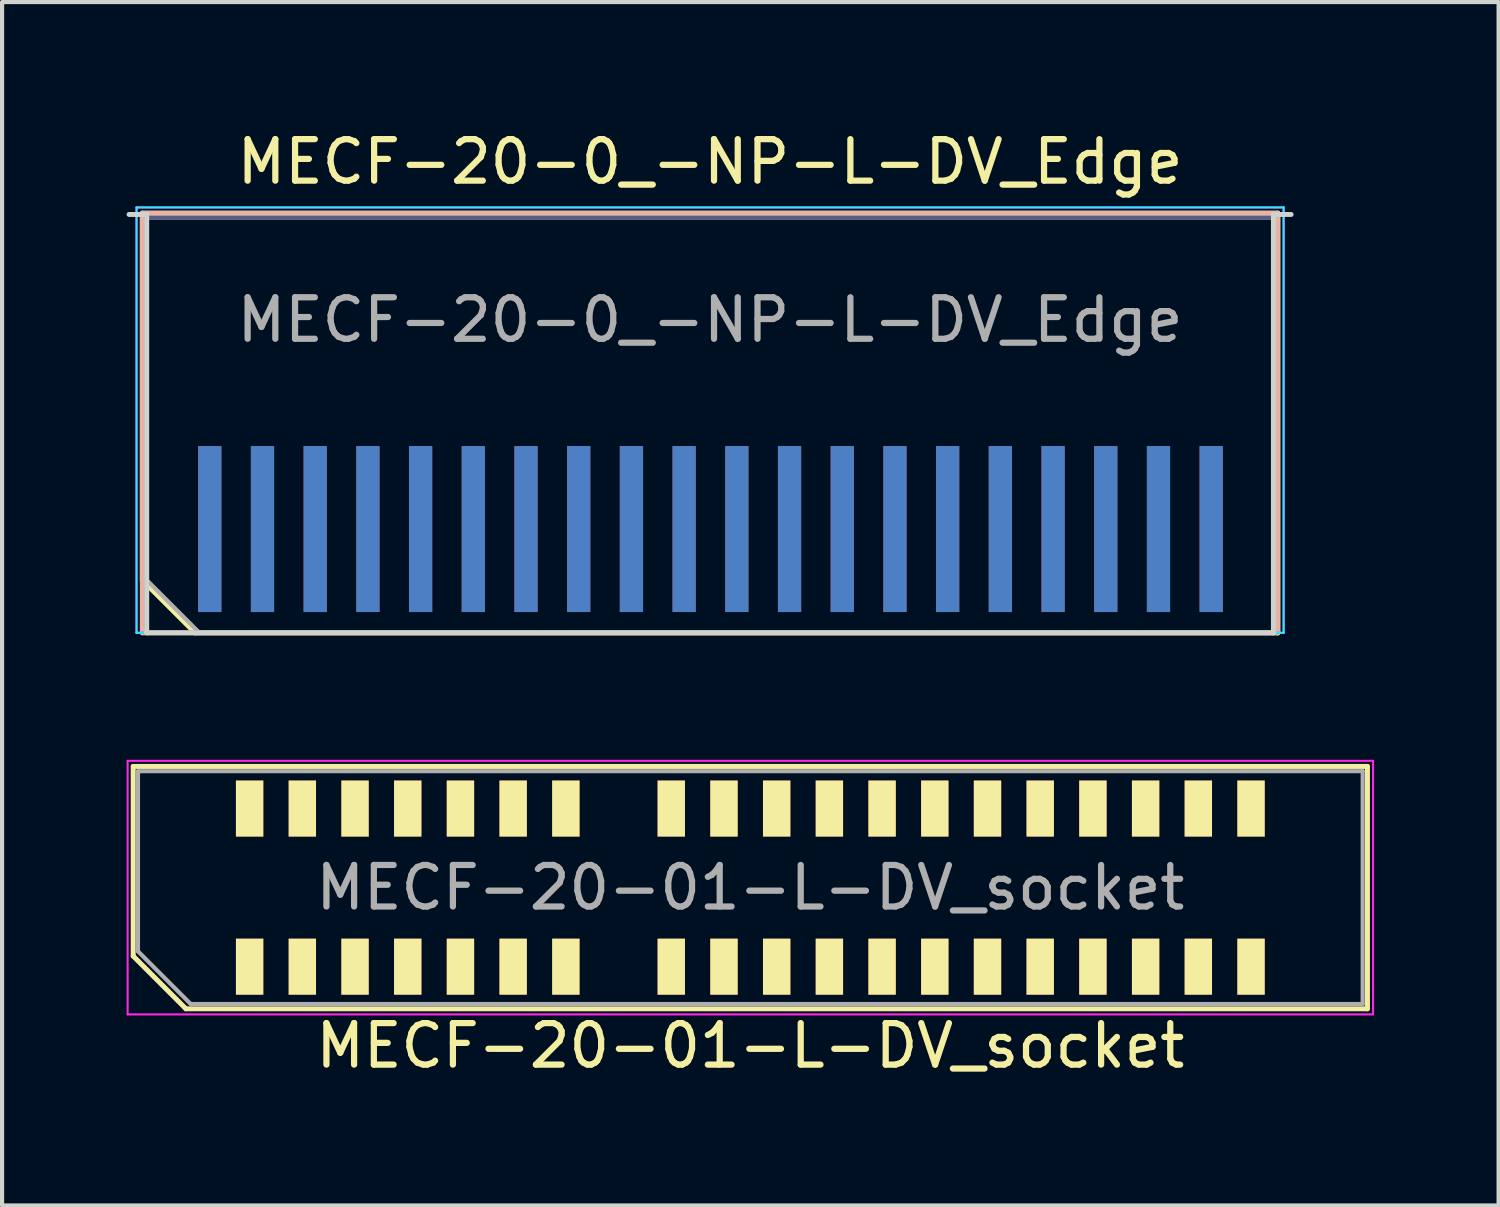
<source format=kicad_pcb>
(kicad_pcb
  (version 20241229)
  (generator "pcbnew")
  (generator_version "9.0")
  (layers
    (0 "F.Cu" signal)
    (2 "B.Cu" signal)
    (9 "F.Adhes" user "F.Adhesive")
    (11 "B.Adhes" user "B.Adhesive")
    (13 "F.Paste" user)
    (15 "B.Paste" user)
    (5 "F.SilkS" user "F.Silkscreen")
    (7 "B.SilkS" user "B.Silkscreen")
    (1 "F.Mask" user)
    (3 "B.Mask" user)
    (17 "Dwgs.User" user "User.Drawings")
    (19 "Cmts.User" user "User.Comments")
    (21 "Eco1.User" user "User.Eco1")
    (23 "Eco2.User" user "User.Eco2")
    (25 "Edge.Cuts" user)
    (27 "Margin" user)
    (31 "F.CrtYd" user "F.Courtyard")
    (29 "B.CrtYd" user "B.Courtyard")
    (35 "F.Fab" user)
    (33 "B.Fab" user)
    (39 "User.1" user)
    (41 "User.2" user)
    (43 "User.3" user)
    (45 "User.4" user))
  (footprint "MECF-20-01-L-DV_socket"
    (layer "F.Cu")
    (at 15.03 18.338)
    (property "Reference" "MECF-20-01-L-DV_socket" (at 0 3.81 0) (layer "F.SilkS") (effects (font (size 1 1) (thickness 0.15))))
    (attr through_hole)
    (fp_line (start -14.87 -2.92) (end 14.87 -2.92) (stroke (width 0.12) (type solid)) (layer "F.SilkS"))
    (fp_line (start -14.87 1.65) (end -14.87 -2.92) (stroke (width 0.12) (type solid)) (layer "F.SilkS"))
    (fp_line (start -13.6 2.92) (end -14.87 1.65) (stroke (width 0.12) (type solid)) (layer "F.SilkS"))
    (fp_line (start -13.6 2.92) (end 14.87 2.92) (stroke (width 0.12) (type solid)) (layer "F.SilkS"))
    (fp_line (start 14.87 2.92) (end 14.87 -2.92) (stroke (width 0.12) (type solid)) (layer "F.SilkS"))
    (fp_line (start -15.005 -3.055) (end -15.005 3.055) (stroke (width 0.05) (type solid)) (layer "F.CrtYd"))
    (fp_line (start -15.005 3.055) (end 15.005 3.055) (stroke (width 0.05) (type solid)) (layer "F.CrtYd"))
    (fp_line (start 15.005 -3.055) (end -15.005 -3.055) (stroke (width 0.05) (type solid)) (layer "F.CrtYd"))
    (fp_line (start 15.005 3.055) (end 15.005 -3.055) (stroke (width 0.05) (type solid)) (layer "F.CrtYd"))
    (fp_line (start -14.755 -2.805) (end 14.755 -2.805) (stroke (width 0.1) (type solid)) (layer "F.Fab"))
    (fp_line (start -14.755 1.535) (end -14.755 -2.805) (stroke (width 0.1) (type solid)) (layer "F.Fab"))
    (fp_line (start -14.755 1.535) (end -13.485 2.805) (stroke (width 0.1) (type solid)) (layer "F.Fab"))
    (fp_line (start -13.485 2.805) (end 14.755 2.805) (stroke (width 0.1) (type solid)) (layer "F.Fab"))
    (fp_line (start 14.755 2.805) (end 14.755 -2.805) (stroke (width 0.1) (type solid)) (layer "F.Fab"))
    (fp_text user "${REFERENCE}" (at 0 0 0) (layer "F.Fab") (effects (font (size 1 1) (thickness 0.15))))
    (pad "" np_thru_hole circle (at -13.845 0) (size 0.001 0.001) (drill 1.45) (layers "*.Cu" "*.Mask" "F.SilkS"))
    (pad "" np_thru_hole circle (at 13.845 1) (size 0.001 0.001) (drill 1.45) (layers "*.Cu" "*.Mask" "F.SilkS"))
    (pad "1" smd rect (at -12.065 1.905) (size 0.66 1.35) (layers "F.Cu" "F.Mask" "F.SilkS"))
    (pad "2" smd rect (at -12.065 -1.905) (size 0.66 1.35) (layers "F.Cu" "F.Mask" "F.SilkS"))
    (pad "3" smd rect (at -10.795 1.905) (size 0.66 1.35) (layers "F.Cu" "F.Mask" "F.SilkS"))
    (pad "4" smd rect (at -10.795 -1.905) (size 0.66 1.35) (layers "F.Cu" "F.Mask" "F.SilkS"))
    (pad "5" smd rect (at -9.525 1.905) (size 0.66 1.35) (layers "F.Cu" "F.Mask" "F.SilkS"))
    (pad "6" smd rect (at -9.525 -1.905) (size 0.66 1.35) (layers "F.Cu" "F.Mask" "F.SilkS"))
    (pad "7" smd rect (at -8.255 1.905) (size 0.66 1.35) (layers "F.Cu" "F.Mask" "F.SilkS"))
    (pad "8" smd rect (at -8.255 -1.905) (size 0.66 1.35) (layers "F.Cu" "F.Mask" "F.SilkS"))
    (pad "9" smd rect (at -6.985 1.905) (size 0.66 1.35) (layers "F.Cu" "F.Mask" "F.SilkS"))
    (pad "10" smd rect (at -6.985 -1.905) (size 0.66 1.35) (layers "F.Cu" "F.Mask" "F.SilkS"))
    (pad "11" smd rect (at -5.715 1.905) (size 0.66 1.35) (layers "F.Cu" "F.Mask" "F.SilkS"))
    (pad "12" smd rect (at -5.715 -1.905) (size 0.66 1.35) (layers "F.Cu" "F.Mask" "F.SilkS"))
    (pad "13" smd rect (at -4.445 1.905) (size 0.66 1.35) (layers "F.Cu" "F.Mask" "F.SilkS"))
    (pad "14" smd rect (at -4.445 -1.905) (size 0.66 1.35) (layers "F.Cu" "F.Mask" "F.SilkS"))
    (pad "17" smd rect (at -1.905 1.905) (size 0.66 1.35) (layers "F.Cu" "F.Mask" "F.SilkS"))
    (pad "18" smd rect (at -1.905 -1.905) (size 0.66 1.35) (layers "F.Cu" "F.Mask" "F.SilkS"))
    (pad "19" smd rect (at -0.635 1.905) (size 0.66 1.35) (layers "F.Cu" "F.Mask" "F.SilkS"))
    (pad "20" smd rect (at -0.635 -1.905) (size 0.66 1.35) (layers "F.Cu" "F.Mask" "F.SilkS"))
    (pad "21" smd rect (at 0.635 1.905) (size 0.66 1.35) (layers "F.Cu" "F.Mask" "F.SilkS"))
    (pad "22" smd rect (at 0.635 -1.905) (size 0.66 1.35) (layers "F.Cu" "F.Mask" "F.SilkS"))
    (pad "23" smd rect (at 1.905 1.905) (size 0.66 1.35) (layers "F.Cu" "F.Mask" "F.SilkS"))
    (pad "24" smd rect (at 1.905 -1.905) (size 0.66 1.35) (layers "F.Cu" "F.Mask" "F.SilkS"))
    (pad "25" smd rect (at 3.175 1.905) (size 0.66 1.35) (layers "F.Cu" "F.Mask" "F.SilkS"))
    (pad "26" smd rect (at 3.175 -1.905) (size 0.66 1.35) (layers "F.Cu" "F.Mask" "F.SilkS"))
    (pad "27" smd rect (at 4.445 1.905) (size 0.66 1.35) (layers "F.Cu" "F.Mask" "F.SilkS"))
    (pad "28" smd rect (at 4.445 -1.905) (size 0.66 1.35) (layers "F.Cu" "F.Mask" "F.SilkS"))
    (pad "29" smd rect (at 5.715 1.905) (size 0.66 1.35) (layers "F.Cu" "F.Mask" "F.SilkS"))
    (pad "30" smd rect (at 5.715 -1.905) (size 0.66 1.35) (layers "F.Cu" "F.Mask" "F.SilkS"))
    (pad "31" smd rect (at 6.985 1.905) (size 0.66 1.35) (layers "F.Cu" "F.Mask" "F.SilkS"))
    (pad "32" smd rect (at 6.985 -1.905) (size 0.66 1.35) (layers "F.Cu" "F.Mask" "F.SilkS"))
    (pad "33" smd rect (at 8.255 1.905) (size 0.66 1.35) (layers "F.Cu" "F.Mask" "F.SilkS"))
    (pad "34" smd rect (at 8.255 -1.905) (size 0.66 1.35) (layers "F.Cu" "F.Mask" "F.SilkS"))
    (pad "35" smd rect (at 9.525 1.905) (size 0.66 1.35) (layers "F.Cu" "F.Mask" "F.SilkS"))
    (pad "36" smd rect (at 9.525 -1.905) (size 0.66 1.35) (layers "F.Cu" "F.Mask" "F.SilkS"))
    (pad "37" smd rect (at 10.795 1.905) (size 0.66 1.35) (layers "F.Cu" "F.Mask" "F.SilkS"))
    (pad "38" smd rect (at 10.795 -1.905) (size 0.66 1.35) (layers "F.Cu" "F.Mask" "F.SilkS"))
    (pad "39" smd rect (at 12.065 1.905) (size 0.66 1.35) (layers "F.Cu" "F.Mask" "F.SilkS"))
    (pad "40" smd rect (at 12.065 -1.905) (size 0.66 1.35) (layers "F.Cu" "F.Mask" "F.SilkS")))
  (footprint "MECF-20-0_-NP-L-DV_Edge"
    (layer "F.Cu")
    (at 14.06 7.198)
    (property "Reference" "MECF-20-0_-NP-L-DV_Edge" (at 0 -6.35 0) (layer "F.SilkS") (effects (font (size 1 1) (thickness 0.15))))
    (attr exclude_from_pos_files exclude_from_bom)
    (fp_line (start -13.68 -5.11) (end 13.68 -5.11) (stroke (width 0.12) (type solid)) (layer "F.SilkS"))
    (fp_line (start -13.68 3.73) (end -13.68 -5.11) (stroke (width 0.12) (type solid)) (layer "F.SilkS"))
    (fp_line (start -12.41 5) (end -13.68 3.73) (stroke (width 0.12) (type solid)) (layer "F.SilkS"))
    (fp_line (start -12.41 5) (end 13.68 5) (stroke (width 0.12) (type solid)) (layer "F.SilkS"))
    (fp_line (start 13.68 5) (end 13.68 -5.11) (stroke (width 0.12) (type solid)) (layer "F.SilkS"))
    (fp_line (start -13.68 -5.11) (end 13.68 -5.11) (stroke (width 0.12) (type solid)) (layer "B.SilkS"))
    (fp_line (start -13.68 5) (end -13.68 -5.11) (stroke (width 0.12) (type solid)) (layer "B.SilkS"))
    (fp_line (start -13.68 5) (end 13.68 5) (stroke (width 0.12) (type solid)) (layer "B.SilkS"))
    (fp_line (start 13.68 5) (end 13.68 -5.11) (stroke (width 0.12) (type solid)) (layer "B.SilkS"))
    (fp_line (start -14 -5.08) (end -13.575 -5.08) (stroke (width 0.12) (type solid)) (layer "Edge.Cuts"))
    (fp_line (start -13.575 5) (end -13.575 -5.08) (stroke (width 0.12) (type solid)) (layer "Edge.Cuts"))
    (fp_line (start -13.575 5) (end 13.575 5) (stroke (width 0.12) (type solid)) (layer "Edge.Cuts"))
    (fp_line (start 13.575 5) (end 13.575 -5.08) (stroke (width 0.12) (type solid)) (layer "Edge.Cuts"))
    (fp_line (start 14 -5.08) (end 13.575 -5.08) (stroke (width 0.12) (type solid)) (layer "Edge.Cuts"))
    (fp_line (start -13.82 -5.25) (end -13.82 5) (stroke (width 0.05) (type solid)) (layer "B.CrtYd"))
    (fp_line (start -13.82 5) (end 13.82 5) (stroke (width 0.05) (type solid)) (layer "B.CrtYd"))
    (fp_line (start 13.82 -5.25) (end -13.82 -5.25) (stroke (width 0.05) (type solid)) (layer "B.CrtYd"))
    (fp_line (start 13.82 5) (end 13.82 -5.25) (stroke (width 0.05) (type solid)) (layer "B.CrtYd"))
    (fp_line (start -13.82 -5.25) (end -13.82 5) (stroke (width 0.05) (type solid)) (layer "F.CrtYd"))
    (fp_line (start -13.82 5) (end 13.82 5) (stroke (width 0.05) (type solid)) (layer "F.CrtYd"))
    (fp_line (start 13.82 -5.25) (end -13.82 -5.25) (stroke (width 0.05) (type solid)) (layer "F.CrtYd"))
    (fp_line (start 13.82 5) (end 13.82 -5.25) (stroke (width 0.05) (type solid)) (layer "F.CrtYd"))
    (fp_line (start -13.575 -5) (end 13.575 -5) (stroke (width 0.1) (type solid)) (layer "B.Fab"))
    (fp_line (start -13.575 5) (end -13.575 -5) (stroke (width 0.1) (type solid)) (layer "B.Fab"))
    (fp_line (start -13.575 5) (end 13.575 5) (stroke (width 0.1) (type solid)) (layer "B.Fab"))
    (fp_line (start 13.575 5) (end 13.575 -5) (stroke (width 0.1) (type solid)) (layer "B.Fab"))
    (fp_line (start -13.575 -5) (end 13.575 -5) (stroke (width 0.1) (type solid)) (layer "F.Fab"))
    (fp_line (start -13.575 3.73) (end -13.575 -5) (stroke (width 0.1) (type solid)) (layer "F.Fab"))
    (fp_line (start -13.575 3.73) (end -12.305 5) (stroke (width 0.1) (type solid)) (layer "F.Fab"))
    (fp_line (start -12.305 5) (end 13.575 5) (stroke (width 0.1) (type solid)) (layer "F.Fab"))
    (fp_line (start 13.575 5) (end 13.575 -5) (stroke (width 0.1) (type solid)) (layer "F.Fab"))
    (fp_text user "${REFERENCE}" (at 0 -2.54 0) (layer "F.Fab") (effects (font (size 1 1) (thickness 0.15))))
    (pad "1" smd rect (at -12.055 2.5) (size 0.56 4) (layers "F.Cu" "F.Mask" "F.Paste"))
    (pad "2" smd rect (at -12.055 2.5) (size 0.56 4) (layers "B.Cu" "B.Mask" "B.Paste"))
    (pad "3" smd rect (at -10.785 2.5) (size 0.56 4) (layers "F.Cu" "F.Mask" "F.Paste"))
    (pad "4" smd rect (at -10.785 2.5) (size 0.56 4) (layers "B.Cu" "B.Mask" "B.Paste"))
    (pad "5" smd rect (at -9.515 2.5) (size 0.56 4) (layers "F.Cu" "F.Mask" "F.Paste"))
    (pad "6" smd rect (at -9.515 2.5) (size 0.56 4) (layers "B.Cu" "B.Mask" "B.Paste"))
    (pad "7" smd rect (at -8.245 2.5) (size 0.56 4) (layers "F.Cu" "F.Mask" "F.Paste"))
    (pad "8" smd rect (at -8.245 2.5) (size 0.56 4) (layers "B.Cu" "B.Mask" "B.Paste"))
    (pad "9" smd rect (at -6.975 2.5) (size 0.56 4) (layers "F.Cu" "F.Mask" "F.Paste"))
    (pad "10" smd rect (at -6.975 2.5) (size 0.56 4) (layers "B.Cu" "B.Mask" "B.Paste"))
    (pad "11" smd rect (at -5.705 2.5) (size 0.56 4) (layers "F.Cu" "F.Mask" "F.Paste"))
    (pad "12" smd rect (at -5.705 2.5) (size 0.56 4) (layers "B.Cu" "B.Mask" "B.Paste"))
    (pad "13" smd rect (at -4.435 2.5) (size 0.56 4) (layers "F.Cu" "F.Mask" "F.Paste"))
    (pad "14" smd rect (at -4.435 2.5) (size 0.56 4) (layers "B.Cu" "B.Mask" "B.Paste"))
    (pad "15" smd rect (at -3.165 2.5) (size 0.56 4) (layers "F.Cu" "F.Mask" "F.Paste"))
    (pad "16" smd rect (at -3.165 2.5) (size 0.56 4) (layers "B.Cu" "B.Mask" "B.Paste"))
    (pad "17" smd rect (at -1.895 2.5) (size 0.56 4) (layers "F.Cu" "F.Mask" "F.Paste"))
    (pad "18" smd rect (at -1.895 2.5) (size 0.56 4) (layers "B.Cu" "B.Mask" "B.Paste"))
    (pad "19" smd rect (at -0.625 2.5) (size 0.56 4) (layers "F.Cu" "F.Mask" "F.Paste"))
    (pad "20" smd rect (at -0.625 2.5) (size 0.56 4) (layers "B.Cu" "B.Mask" "B.Paste"))
    (pad "21" smd rect (at 0.645 2.5) (size 0.56 4) (layers "F.Cu" "F.Mask" "F.Paste"))
    (pad "22" smd rect (at 0.645 2.5) (size 0.56 4) (layers "B.Cu" "B.Mask" "B.Paste"))
    (pad "23" smd rect (at 1.915 2.5) (size 0.56 4) (layers "F.Cu" "F.Mask" "F.Paste"))
    (pad "24" smd rect (at 1.915 2.5) (size 0.56 4) (layers "B.Cu" "B.Mask" "B.Paste"))
    (pad "25" smd rect (at 3.185 2.5) (size 0.56 4) (layers "F.Cu" "F.Mask" "F.Paste"))
    (pad "26" smd rect (at 3.185 2.5) (size 0.56 4) (layers "B.Cu" "B.Mask" "B.Paste"))
    (pad "27" smd rect (at 4.455 2.5) (size 0.56 4) (layers "F.Cu" "F.Mask" "F.Paste"))
    (pad "28" smd rect (at 4.455 2.5) (size 0.56 4) (layers "B.Cu" "B.Mask" "B.Paste"))
    (pad "29" smd rect (at 5.725 2.5) (size 0.56 4) (layers "F.Cu" "F.Mask" "F.Paste"))
    (pad "30" smd rect (at 5.725 2.5) (size 0.56 4) (layers "B.Cu" "B.Mask" "B.Paste"))
    (pad "31" smd rect (at 6.995 2.5) (size 0.56 4) (layers "F.Cu" "F.Mask" "F.Paste"))
    (pad "32" smd rect (at 6.995 2.5) (size 0.56 4) (layers "B.Cu" "B.Mask" "B.Paste"))
    (pad "33" smd rect (at 8.265 2.5) (size 0.56 4) (layers "F.Cu" "F.Mask" "F.Paste"))
    (pad "34" smd rect (at 8.265 2.5) (size 0.56 4) (layers "B.Cu" "B.Mask" "B.Paste"))
    (pad "35" smd rect (at 9.535 2.5) (size 0.56 4) (layers "F.Cu" "F.Mask" "F.Paste"))
    (pad "36" smd rect (at 9.535 2.5) (size 0.56 4) (layers "B.Cu" "B.Mask" "B.Paste"))
    (pad "37" smd rect (at 10.805 2.5) (size 0.56 4) (layers "F.Cu" "F.Mask" "F.Paste"))
    (pad "38" smd rect (at 10.805 2.5) (size 0.56 4) (layers "B.Cu" "B.Mask" "B.Paste"))
    (pad "39" smd rect (at 12.075 2.5) (size 0.56 4) (layers "F.Cu" "F.Mask" "F.Paste"))
    (pad "40" smd rect (at 12.075 2.5) (size 0.56 4) (layers "B.Cu" "B.Mask" "B.Paste")))
  (gr_rect
    (start -3 -3)
    (end 33.06 25.997)
    (stroke (width 0.1) (type default))
    (fill no)
    (layer "Edge.Cuts")))
</source>
